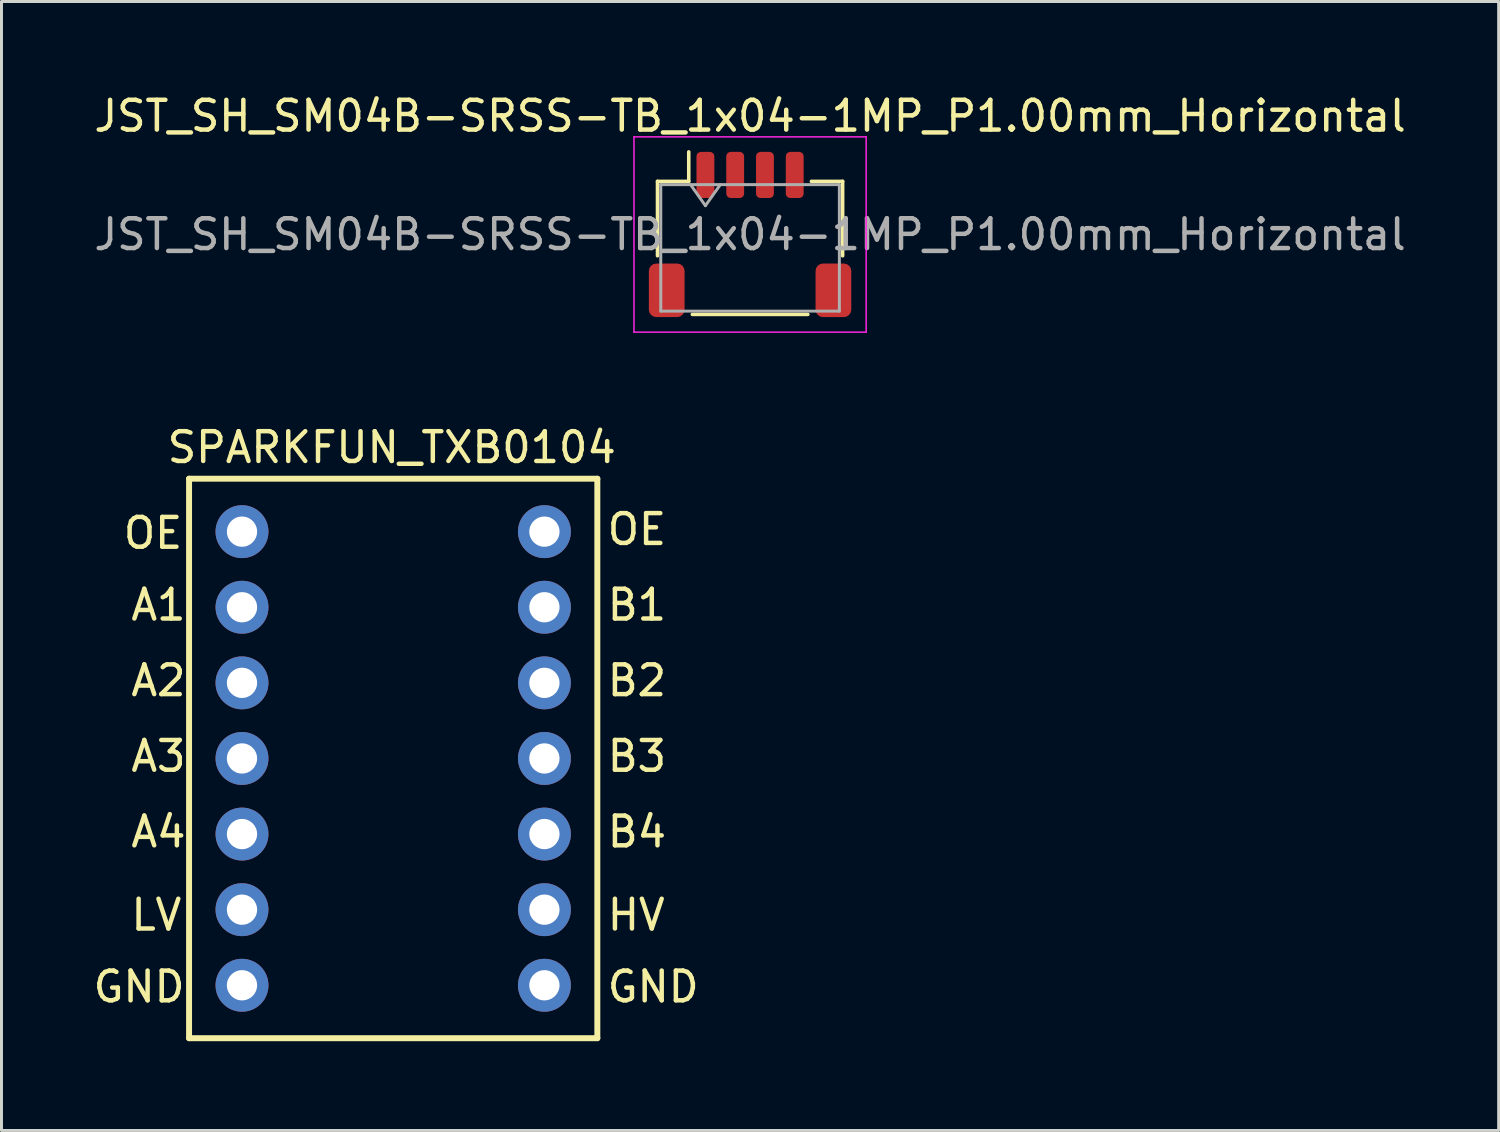
<source format=kicad_pcb>
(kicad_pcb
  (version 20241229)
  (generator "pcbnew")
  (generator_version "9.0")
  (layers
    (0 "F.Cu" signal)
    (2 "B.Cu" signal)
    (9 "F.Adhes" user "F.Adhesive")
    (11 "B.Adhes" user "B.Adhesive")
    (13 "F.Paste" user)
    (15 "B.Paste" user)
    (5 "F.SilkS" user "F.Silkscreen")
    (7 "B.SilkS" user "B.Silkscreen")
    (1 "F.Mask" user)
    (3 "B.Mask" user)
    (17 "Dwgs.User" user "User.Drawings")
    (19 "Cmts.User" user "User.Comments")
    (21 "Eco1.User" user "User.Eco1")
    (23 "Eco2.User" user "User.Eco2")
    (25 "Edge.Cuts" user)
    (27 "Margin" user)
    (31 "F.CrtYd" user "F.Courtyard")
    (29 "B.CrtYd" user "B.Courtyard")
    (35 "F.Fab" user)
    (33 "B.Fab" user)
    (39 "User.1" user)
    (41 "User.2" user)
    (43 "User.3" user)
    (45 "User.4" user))
  (footprint "SPARKFUN_TXB0104"
    (layer "F.Cu")
    (at 10.16 22.431)
    (property "Reference" "SPARKFUN_TXB0104" (at -0.05 -10.45 0) (layer "F.SilkS") (effects (font (size 1 1) (thickness 0.15))))
    (fp_line (start -6.858 -9.398) (end -6.858 9.398) (stroke (width 0.2) (type solid)) (layer "F.SilkS"))
    (fp_line (start -6.858 9.398) (end 6.858 9.398) (stroke (width 0.2) (type solid)) (layer "F.SilkS"))
    (fp_line (start 6.858 -9.398) (end -6.858 -9.398) (stroke (width 0.2) (type solid)) (layer "F.SilkS"))
    (fp_line (start 6.858 9.398) (end 6.858 -9.398) (stroke (width 0.2) (type solid)) (layer "F.SilkS"))
    (fp_text user "GND" (at 7.112 8.255 0) (unlocked yes) (layer "F.SilkS") (effects (font (size 1 1) (thickness 0.15)) (justify left bottom)))
    (fp_text user "A4" (at -8.89 3.048 0) (unlocked yes) (layer "F.SilkS") (effects (font (size 1 1) (thickness 0.15)) (justify left bottom)))
    (fp_text user "HV" (at 7.112 5.842 0) (unlocked yes) (layer "F.SilkS") (effects (font (size 1 1) (thickness 0.15)) (justify left bottom)))
    (fp_text user "B3" (at 7.112 0.508 0) (unlocked yes) (layer "F.SilkS") (effects (font (size 1 1) (thickness 0.15)) (justify left bottom)))
    (fp_text user "A2" (at -8.89 -2.032 0) (unlocked yes) (layer "F.SilkS") (effects (font (size 1 1) (thickness 0.15)) (justify left bottom)))
    (fp_text user "B4" (at 7.112 3.048 0) (unlocked yes) (layer "F.SilkS") (effects (font (size 1 1) (thickness 0.15)) (justify left bottom)))
    (fp_text user "OE" (at -9.144 -6.985 0) (unlocked yes) (layer "F.SilkS") (effects (font (size 1 1) (thickness 0.15)) (justify left bottom)))
    (fp_text user "B1" (at 7.112 -4.572 0) (unlocked yes) (layer "F.SilkS") (effects (font (size 1 1) (thickness 0.15)) (justify left bottom)))
    (fp_text user "LV" (at -8.89 5.842 0) (unlocked yes) (layer "F.SilkS") (effects (font (size 1 1) (thickness 0.15)) (justify left bottom)))
    (fp_text user "A3" (at -8.89 0.508 0) (unlocked yes) (layer "F.SilkS") (effects (font (size 1 1) (thickness 0.15)) (justify left bottom)))
    (fp_text user "GND" (at -10.16 8.255 0) (unlocked yes) (layer "F.SilkS") (effects (font (size 1 1) (thickness 0.15)) (justify left bottom)))
    (fp_text user "A1" (at -8.89 -4.572 0) (unlocked yes) (layer "F.SilkS") (effects (font (size 1 1) (thickness 0.15)) (justify left bottom)))
    (fp_text user "B2" (at 7.112 -2.032 0) (unlocked yes) (layer "F.SilkS") (effects (font (size 1 1) (thickness 0.15)) (justify left bottom)))
    (fp_text user "OE" (at 7.112 -7.112 0) (unlocked yes) (layer "F.SilkS") (effects (font (size 1 1) (thickness 0.15)) (justify left bottom)))
    (pad "1" thru_hole circle (at -5.08 -7.62) (size 1.778 1.778) (drill 1.016) (layers "*.Cu" "*.Mask"))
    (pad "2" thru_hole circle (at -5.08 -5.08) (size 1.778 1.778) (drill 1.016) (layers "*.Cu" "*.Mask"))
    (pad "3" thru_hole circle (at -5.08 -2.54) (size 1.778 1.778) (drill 1.016) (layers "*.Cu" "*.Mask"))
    (pad "4" thru_hole circle (at -5.08 0) (size 1.778 1.778) (drill 1.016) (layers "*.Cu" "*.Mask"))
    (pad "5" thru_hole circle (at -5.08 2.54) (size 1.778 1.778) (drill 1.016) (layers "*.Cu" "*.Mask"))
    (pad "6" thru_hole circle (at -5.08 5.08) (size 1.778 1.778) (drill 1.016) (layers "*.Cu" "*.Mask"))
    (pad "7" thru_hole circle (at -5.08 7.62) (size 1.778 1.778) (drill 1.016) (layers "*.Cu" "*.Mask"))
    (pad "8" thru_hole circle (at 5.08 7.62) (size 1.778 1.778) (drill 1.016) (layers "*.Cu" "*.Mask"))
    (pad "9" thru_hole circle (at 5.08 5.08) (size 1.778 1.778) (drill 1.016) (layers "*.Cu" "*.Mask"))
    (pad "10" thru_hole circle (at 5.08 2.54) (size 1.778 1.778) (drill 1.016) (layers "*.Cu" "*.Mask"))
    (pad "11" thru_hole circle (at 5.08 0) (size 1.778 1.778) (drill 1.016) (layers "*.Cu" "*.Mask"))
    (pad "12" thru_hole circle (at 5.08 -2.54) (size 1.778 1.778) (drill 1.016) (layers "*.Cu" "*.Mask"))
    (pad "13" thru_hole circle (at 5.08 -5.08) (size 1.778 1.778) (drill 1.016) (layers "*.Cu" "*.Mask"))
    (pad "14" thru_hole circle (at 5.08 -7.62) (size 1.778 1.778) (drill 1.016) (layers "*.Cu" "*.Mask")))
  (footprint "JST_SH_SM04B-SRSS-TB_1x04-1MP_P1.00mm_Horizontal"
    (layer "F.Cu")
    (at 22.149 4.828)
    (property "Reference" "JST_SH_SM04B-SRSS-TB_1x04-1MP_P1.00mm_Horizontal" (at 0 -3.98 0) (layer "F.SilkS") (effects (font (size 1 1) (thickness 0.15))))
    (attr smd)
    (fp_line (start -3.11 -1.785) (end -2.06 -1.785) (stroke (width 0.12) (type solid)) (layer "F.SilkS"))
    (fp_line (start -3.11 0.715) (end -3.11 -1.785) (stroke (width 0.12) (type solid)) (layer "F.SilkS"))
    (fp_line (start -2.06 -1.785) (end -2.06 -2.775) (stroke (width 0.12) (type solid)) (layer "F.SilkS"))
    (fp_line (start -1.94 2.685) (end 1.94 2.685) (stroke (width 0.12) (type solid)) (layer "F.SilkS"))
    (fp_line (start 3.11 -1.785) (end 2.06 -1.785) (stroke (width 0.12) (type solid)) (layer "F.SilkS"))
    (fp_line (start 3.11 0.715) (end 3.11 -1.785) (stroke (width 0.12) (type solid)) (layer "F.SilkS"))
    (fp_line (start -3.9 -3.28) (end -3.9 3.28) (stroke (width 0.05) (type solid)) (layer "F.CrtYd"))
    (fp_line (start -3.9 3.28) (end 3.9 3.28) (stroke (width 0.05) (type solid)) (layer "F.CrtYd"))
    (fp_line (start 3.9 -3.28) (end -3.9 -3.28) (stroke (width 0.05) (type solid)) (layer "F.CrtYd"))
    (fp_line (start 3.9 3.28) (end 3.9 -3.28) (stroke (width 0.05) (type solid)) (layer "F.CrtYd"))
    (fp_line (start -3 -1.675) (end -3 2.575) (stroke (width 0.1) (type solid)) (layer "F.Fab"))
    (fp_line (start -3 -1.675) (end 3 -1.675) (stroke (width 0.1) (type solid)) (layer "F.Fab"))
    (fp_line (start -3 2.575) (end 3 2.575) (stroke (width 0.1) (type solid)) (layer "F.Fab"))
    (fp_line (start -2 -1.675) (end -1.5 -0.968) (stroke (width 0.1) (type solid)) (layer "F.Fab"))
    (fp_line (start -1.5 -0.968) (end -1 -1.675) (stroke (width 0.1) (type solid)) (layer "F.Fab"))
    (fp_line (start 3 -1.675) (end 3 2.575) (stroke (width 0.1) (type solid)) (layer "F.Fab"))
    (fp_text user "${REFERENCE}" (at 0 0 0) (layer "F.Fab") (effects (font (size 1 1) (thickness 0.15))))
    (pad "1" smd roundrect (at -1.5 -2) (size 0.6 1.55) (layers "F.Cu" "F.Mask" "F.Paste") (roundrect_rratio 0.25))
    (pad "2" smd roundrect (at -0.5 -2) (size 0.6 1.55) (layers "F.Cu" "F.Mask" "F.Paste") (roundrect_rratio 0.25))
    (pad "3" smd roundrect (at 0.5 -2) (size 0.6 1.55) (layers "F.Cu" "F.Mask" "F.Paste") (roundrect_rratio 0.25))
    (pad "4" smd roundrect (at 1.5 -2) (size 0.6 1.55) (layers "F.Cu" "F.Mask" "F.Paste") (roundrect_rratio 0.25))
    (pad "MP" smd roundrect (at -2.8 1.875) (size 1.2 1.8) (layers "F.Cu" "F.Mask" "F.Paste") (roundrect_rratio 0.208))
    (pad "MP" smd roundrect (at 2.8 1.875) (size 1.2 1.8) (layers "F.Cu" "F.Mask" "F.Paste") (roundrect_rratio 0.208)))
  (gr_rect
    (start -3 -3)
    (end 47.298 34.929)
    (stroke (width 0.1) (type default))
    (fill no)
    (layer "Edge.Cuts")))
</source>
